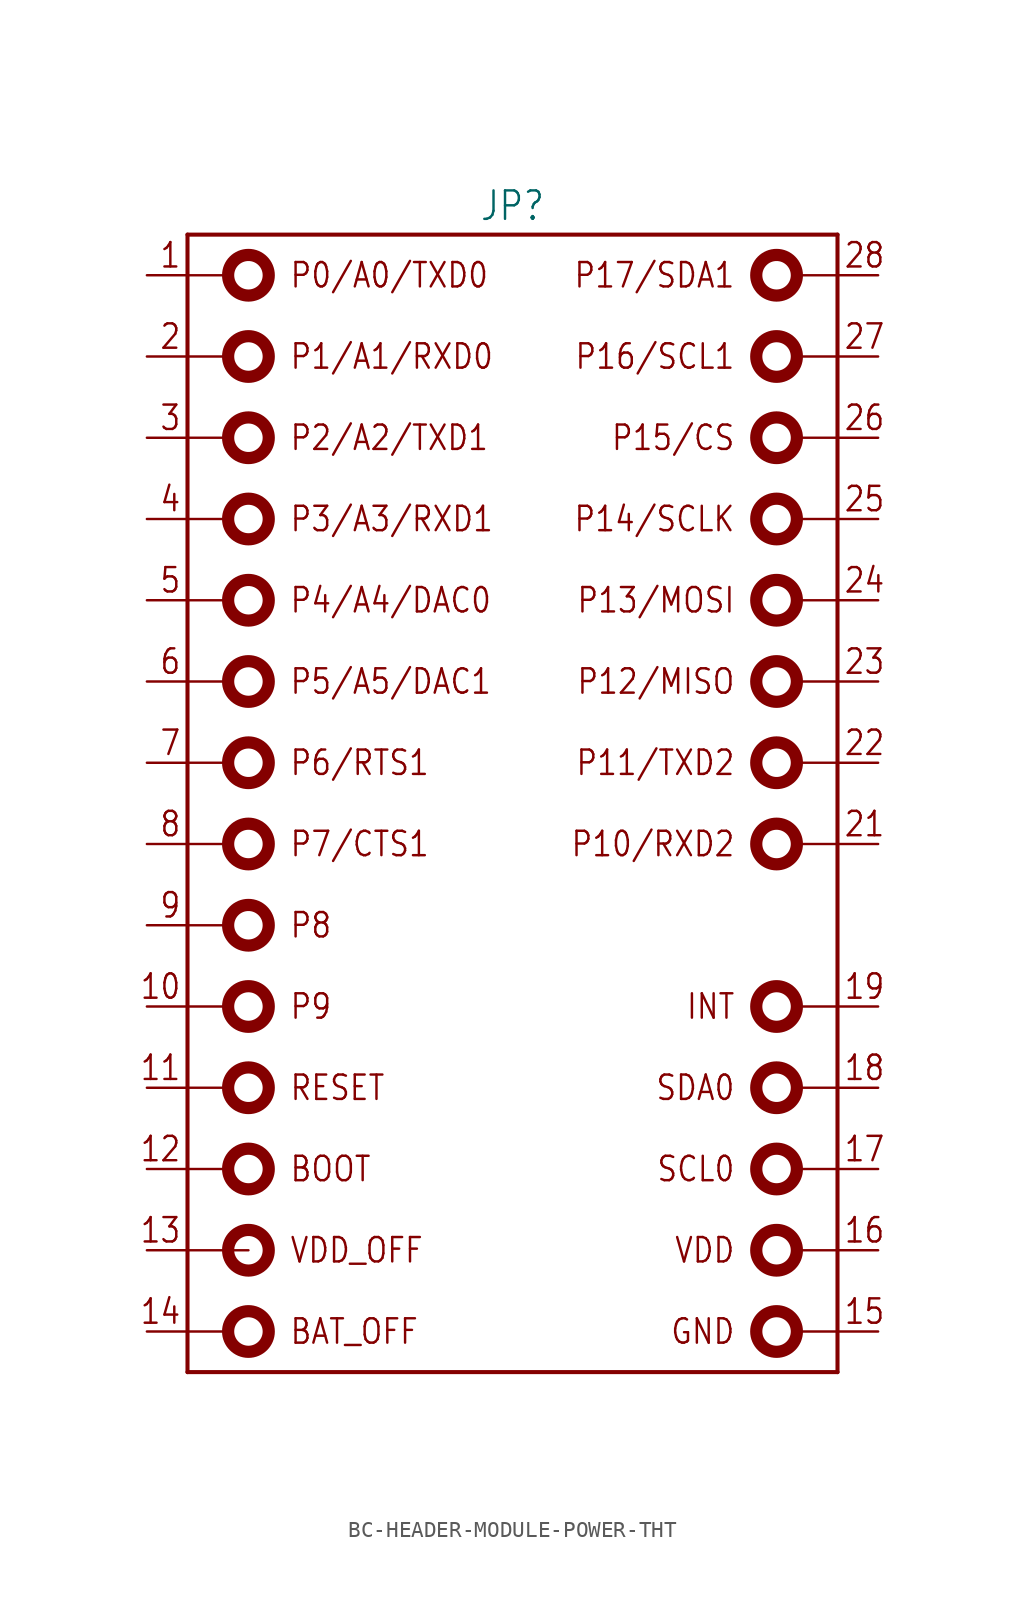
<source format=kicad_sym>
(kicad_symbol_lib
  (version 20231120)
  (generator "kicad_symbol_editor")
  (generator_version "8.0")
  (symbol "BC-HEADER-MODULE-POWER-THT"
    (property "Reference" "JP"
      (at 0 36.322 0)
      (effects (font (size 1.778 1.511)) (justify bottom)))
    (property "Value" ""
      (at 0 -36.322 0)
      (effects (font (size 1.778 1.511)) (justify top)))
    (property "ki_locked" ""
      (at 0 0 0)
      (effects (font (size 1.27 1.27))))
    (symbol "BC-HEADER-MODULE-POWER-THT_1_0"
      (circle (center -16.51 -33.02) (radius 1.27) (stroke (width 0.762) (type solid)) (fill (type none)))
      (circle (center -16.51 -27.94) (radius 1.27) (stroke (width 0.762) (type solid)) (fill (type none)))
      (circle (center -16.51 -22.86) (radius 1.27) (stroke (width 0.762) (type solid)) (fill (type none)))
      (circle (center -16.51 -17.78) (radius 1.27) (stroke (width 0.762) (type solid)) (fill (type none)))
      (circle (center -16.51 -12.7) (radius 1.27) (stroke (width 0.762) (type solid)) (fill (type none)))
      (circle (center -16.51 -7.62) (radius 1.27) (stroke (width 0.762) (type solid)) (fill (type none)))
      (circle (center -16.51 -2.54) (radius 1.27) (stroke (width 0.762) (type solid)) (fill (type none)))
      (circle (center -16.51 2.54) (radius 1.27) (stroke (width 0.762) (type solid)) (fill (type none)))
      (circle (center -16.51 7.62) (radius 1.27) (stroke (width 0.762) (type solid)) (fill (type none)))
      (circle (center -16.51 12.7) (radius 1.27) (stroke (width 0.762) (type solid)) (fill (type none)))
      (circle (center -16.51 17.78) (radius 1.27) (stroke (width 0.762) (type solid)) (fill (type none)))
      (circle (center -16.51 22.86) (radius 1.27) (stroke (width 0.762) (type solid)) (fill (type none)))
      (circle (center -16.51 27.94) (radius 1.27) (stroke (width 0.762) (type solid)) (fill (type none)))
      (circle (center -16.51 33.02) (radius 1.27) (stroke (width 0.762) (type solid)) (fill (type none)))
      (polyline (pts (xy -20.32 -33.02) (xy -17.78 -33.02)) (stroke (width 0.152) (type solid)) (fill (type none)))
      (polyline (pts (xy -20.32 -22.86) (xy -17.78 -22.86)) (stroke (width 0.152) (type solid)) (fill (type none)))
      (polyline (pts (xy -20.32 -17.78) (xy -17.78 -17.78)) (stroke (width 0.152) (type solid)) (fill (type none)))
      (polyline (pts (xy -20.32 -12.7) (xy -17.78 -12.7)) (stroke (width 0.152) (type solid)) (fill (type none)))
      (polyline (pts (xy -20.32 -7.62) (xy -17.78 -7.62)) (stroke (width 0.152) (type solid)) (fill (type none)))
      (polyline (pts (xy -20.32 -2.54) (xy -17.78 -2.54)) (stroke (width 0.152) (type solid)) (fill (type none)))
      (polyline (pts (xy -20.32 2.54) (xy -17.78 2.54)) (stroke (width 0.152) (type solid)) (fill (type none)))
      (polyline (pts (xy -20.32 7.62) (xy -17.78 7.62)) (stroke (width 0.152) (type solid)) (fill (type none)))
      (polyline (pts (xy -20.32 12.7) (xy -17.78 12.7)) (stroke (width 0.152) (type solid)) (fill (type none)))
      (polyline (pts (xy -20.32 17.78) (xy -17.78 17.78)) (stroke (width 0.152) (type solid)) (fill (type none)))
      (polyline (pts (xy -20.32 22.86) (xy -17.78 22.86)) (stroke (width 0.152) (type solid)) (fill (type none)))
      (polyline (pts (xy -20.32 27.94) (xy -17.78 27.94)) (stroke (width 0.152) (type solid)) (fill (type none)))
      (polyline (pts (xy -20.32 33.02) (xy -17.78 33.02)) (stroke (width 0.152) (type solid)) (fill (type none)))
      (polyline (pts (xy -20.32 35.56) (xy -20.32 -35.56)) (stroke (width 0.254) (type solid)) (fill (type none)))
      (polyline (pts (xy -20.32 35.56) (xy 20.32 35.56)) (stroke (width 0.254) (type solid)) (fill (type none)))
      (polyline (pts (xy -16.51 -27.94) (xy -20.32 -27.94)) (stroke (width 0.152) (type solid)) (fill (type none)))
      (polyline (pts (xy 20.32 -35.56) (xy -20.32 -35.56)) (stroke (width 0.254) (type solid)) (fill (type none)))
      (polyline (pts (xy 20.32 -33.02) (xy 17.78 -33.02)) (stroke (width 0.152) (type solid)) (fill (type none)))
      (polyline (pts (xy 20.32 -27.94) (xy 17.78 -27.94)) (stroke (width 0.152) (type solid)) (fill (type none)))
      (polyline (pts (xy 20.32 -22.86) (xy 17.78 -22.86)) (stroke (width 0.152) (type solid)) (fill (type none)))
      (polyline (pts (xy 20.32 -17.78) (xy 17.78 -17.78)) (stroke (width 0.152) (type solid)) (fill (type none)))
      (polyline (pts (xy 20.32 -12.7) (xy 17.78 -12.7)) (stroke (width 0.152) (type solid)) (fill (type none)))
      (polyline (pts (xy 20.32 -2.54) (xy 17.78 -2.54)) (stroke (width 0.152) (type solid)) (fill (type none)))
      (polyline (pts (xy 20.32 2.54) (xy 17.78 2.54)) (stroke (width 0.152) (type solid)) (fill (type none)))
      (polyline (pts (xy 20.32 7.62) (xy 17.78 7.62)) (stroke (width 0.152) (type solid)) (fill (type none)))
      (polyline (pts (xy 20.32 12.7) (xy 17.78 12.7)) (stroke (width 0.152) (type solid)) (fill (type none)))
      (polyline (pts (xy 20.32 17.78) (xy 17.78 17.78)) (stroke (width 0.152) (type solid)) (fill (type none)))
      (polyline (pts (xy 20.32 22.86) (xy 17.78 22.86)) (stroke (width 0.152) (type solid)) (fill (type none)))
      (polyline (pts (xy 20.32 27.94) (xy 17.78 27.94)) (stroke (width 0.152) (type solid)) (fill (type none)))
      (polyline (pts (xy 20.32 33.02) (xy 17.78 33.02)) (stroke (width 0.152) (type solid)) (fill (type none)))
      (polyline (pts (xy 20.32 35.56) (xy 20.32 -35.56)) (stroke (width 0.254) (type solid)) (fill (type none)))
      (circle (center 16.51 -33.02) (radius 1.27) (stroke (width 0.762) (type solid)) (fill (type none)))
      (circle (center 16.51 -27.94) (radius 1.27) (stroke (width 0.762) (type solid)) (fill (type none)))
      (circle (center 16.51 -22.86) (radius 1.27) (stroke (width 0.762) (type solid)) (fill (type none)))
      (circle (center 16.51 -17.78) (radius 1.27) (stroke (width 0.762) (type solid)) (fill (type none)))
      (circle (center 16.51 -12.7) (radius 1.27) (stroke (width 0.762) (type solid)) (fill (type none)))
      (circle (center 16.51 -2.54) (radius 1.27) (stroke (width 0.762) (type solid)) (fill (type none)))
      (circle (center 16.51 2.54) (radius 1.27) (stroke (width 0.762) (type solid)) (fill (type none)))
      (circle (center 16.51 7.62) (radius 1.27) (stroke (width 0.762) (type solid)) (fill (type none)))
      (circle (center 16.51 12.7) (radius 1.27) (stroke (width 0.762) (type solid)) (fill (type none)))
      (circle (center 16.51 17.78) (radius 1.27) (stroke (width 0.762) (type solid)) (fill (type none)))
      (circle (center 16.51 22.86) (radius 1.27) (stroke (width 0.762) (type solid)) (fill (type none)))
      (circle (center 16.51 27.94) (radius 1.27) (stroke (width 0.762) (type solid)) (fill (type none)))
      (circle (center 16.51 33.02) (radius 1.27) (stroke (width 0.762) (type solid)) (fill (type none)))
      (text "1" (at -20.676 33.376 0) (effects (font (size 1.524 1.295)) (justify right bottom)))
      (text "10" (at -20.676 -12.344 0) (effects (font (size 1.524 1.295)) (justify right bottom)))
      (text "11" (at -20.676 -17.424 0) (effects (font (size 1.524 1.295)) (justify right bottom)))
      (text "12" (at -20.676 -22.504 0) (effects (font (size 1.524 1.295)) (justify right bottom)))
      (text "13" (at -20.676 -27.584 0) (effects (font (size 1.524 1.295)) (justify right bottom)))
      (text "14" (at -20.676 -32.664 0) (effects (font (size 1.524 1.295)) (justify right bottom)))
      (text "15" (at 20.676 -32.664 0) (effects (font (size 1.524 1.295)) (justify left bottom)))
      (text "16" (at 20.676 -27.584 0) (effects (font (size 1.524 1.295)) (justify left bottom)))
      (text "17" (at 20.676 -22.504 0) (effects (font (size 1.524 1.295)) (justify left bottom)))
      (text "18" (at 20.676 -17.424 0) (effects (font (size 1.524 1.295)) (justify left bottom)))
      (text "19" (at 20.676 -12.344 0) (effects (font (size 1.524 1.295)) (justify left bottom)))
      (text "2" (at -20.676 28.296 0) (effects (font (size 1.524 1.295)) (justify right bottom)))
      (text "21" (at 20.676 -2.184 0) (effects (font (size 1.524 1.295)) (justify left bottom)))
      (text "22" (at 20.676 2.896 0) (effects (font (size 1.524 1.295)) (justify left bottom)))
      (text "23" (at 20.676 7.976 0) (effects (font (size 1.524 1.295)) (justify left bottom)))
      (text "24" (at 20.676 13.056 0) (effects (font (size 1.524 1.295)) (justify left bottom)))
      (text "25" (at 20.676 18.136 0) (effects (font (size 1.524 1.295)) (justify left bottom)))
      (text "26" (at 20.676 23.216 0) (effects (font (size 1.524 1.295)) (justify left bottom)))
      (text "27" (at 20.676 28.296 0) (effects (font (size 1.524 1.295)) (justify left bottom)))
      (text "28" (at 20.676 33.376 0) (effects (font (size 1.524 1.295)) (justify left bottom)))
      (text "3" (at -20.676 23.216 0) (effects (font (size 1.524 1.295)) (justify right bottom)))
      (text "4" (at -20.676 18.136 0) (effects (font (size 1.524 1.295)) (justify right bottom)))
      (text "5" (at -20.676 13.056 0) (effects (font (size 1.524 1.295)) (justify right bottom)))
      (text "6" (at -20.676 7.976 0) (effects (font (size 1.524 1.295)) (justify right bottom)))
      (text "7" (at -20.676 2.896 0) (effects (font (size 1.524 1.295)) (justify right bottom)))
      (text "8" (at -20.676 -2.184 0) (effects (font (size 1.524 1.295)) (justify right bottom)))
      (text "9" (at -20.676 -7.264 0) (effects (font (size 1.524 1.295)) (justify right bottom)))
      (text "BAT_OFF" (at -13.97 -33.02 0) (effects (font (size 1.524 1.295)) (justify left)))
      (text "BOOT" (at -13.97 -22.86 0) (effects (font (size 1.524 1.295)) (justify left)))
      (text "GND" (at 13.97 -33.02 0) (effects (font (size 1.524 1.295)) (justify right)))
      (text "INT" (at 13.97 -12.7 0) (effects (font (size 1.524 1.295)) (justify right)))
      (text "P0/A0/TXD0" (at -13.97 33.02 0) (effects (font (size 1.524 1.295)) (justify left)))
      (text "P1/A1/RXD0" (at -13.97 27.94 0) (effects (font (size 1.524 1.295)) (justify left)))
      (text "P10/RXD2" (at 13.97 -2.54 0) (effects (font (size 1.524 1.295)) (justify right)))
      (text "P11/TXD2" (at 13.97 2.54 0) (effects (font (size 1.524 1.295)) (justify right)))
      (text "P12/MISO" (at 13.97 7.62 0) (effects (font (size 1.524 1.295)) (justify right)))
      (text "P13/MOSI" (at 13.97 12.7 0) (effects (font (size 1.524 1.295)) (justify right)))
      (text "P14/SCLK" (at 13.97 17.78 0) (effects (font (size 1.524 1.295)) (justify right)))
      (text "P15/CS" (at 13.97 22.86 0) (effects (font (size 1.524 1.295)) (justify right)))
      (text "P16/SCL1" (at 13.97 27.94 0) (effects (font (size 1.524 1.295)) (justify right)))
      (text "P17/SDA1" (at 13.97 33.02 0) (effects (font (size 1.524 1.295)) (justify right)))
      (text "P2/A2/TXD1" (at -13.97 22.86 0) (effects (font (size 1.524 1.295)) (justify left)))
      (text "P3/A3/RXD1" (at -13.97 17.78 0) (effects (font (size 1.524 1.295)) (justify left)))
      (text "P4/A4/DAC0" (at -13.97 12.7 0) (effects (font (size 1.524 1.295)) (justify left)))
      (text "P5/A5/DAC1" (at -13.97 7.62 0) (effects (font (size 1.524 1.295)) (justify left)))
      (text "P6/RTS1" (at -13.97 2.54 0) (effects (font (size 1.524 1.295)) (justify left)))
      (text "P7/CTS1" (at -13.97 -2.54 0) (effects (font (size 1.524 1.295)) (justify left)))
      (text "P8" (at -13.97 -7.62 0) (effects (font (size 1.524 1.295)) (justify left)))
      (text "P9" (at -13.97 -12.7 0) (effects (font (size 1.524 1.295)) (justify left)))
      (text "RESET" (at -13.97 -17.78 0) (effects (font (size 1.524 1.295)) (justify left)))
      (text "SCL0" (at 13.97 -22.86 0) (effects (font (size 1.524 1.295)) (justify right)))
      (text "SDA0" (at 13.97 -17.78 0) (effects (font (size 1.524 1.295)) (justify right)))
      (text "VDD" (at 13.97 -27.94 0) (effects (font (size 1.524 1.295)) (justify right)))
      (text "VDD_OFF" (at -13.97 -27.94 0) (effects (font (size 1.524 1.295)) (justify left)))
      (pin passive line (at -22.86 33.02 0) (length 2.54) (name "P0/A0/TXD0" (effects (font (size 0 0)))) (number "1" (effects (font (size 0 0)))))
      (pin passive line (at -22.86 -12.7 0) (length 2.54) (name "P9" (effects (font (size 0 0)))) (number "10" (effects (font (size 0 0)))))
      (pin passive line (at -22.86 -17.78 0) (length 2.54) (name "RESET" (effects (font (size 0 0)))) (number "11" (effects (font (size 0 0)))))
      (pin passive line (at -22.86 -22.86 0) (length 2.54) (name "BOOT" (effects (font (size 0 0)))) (number "12" (effects (font (size 0 0)))))
      (pin passive line (at -22.86 -27.94 0) (length 2.54) (name "VDD_OFF" (effects (font (size 0 0)))) (number "13" (effects (font (size 0 0)))))
      (pin passive line (at -22.86 -33.02 0) (length 2.54) (name "BAT_OFF" (effects (font (size 0 0)))) (number "14" (effects (font (size 0 0)))))
      (pin passive line (at 22.86 -33.02 180) (length 2.54) (name "GND" (effects (font (size 0 0)))) (number "15" (effects (font (size 0 0)))))
      (pin passive line (at 22.86 -27.94 180) (length 2.54) (name "VDD" (effects (font (size 0 0)))) (number "16" (effects (font (size 0 0)))))
      (pin passive line (at 22.86 -22.86 180) (length 2.54) (name "SCL0" (effects (font (size 0 0)))) (number "17" (effects (font (size 0 0)))))
      (pin passive line (at 22.86 -17.78 180) (length 2.54) (name "SDA0" (effects (font (size 0 0)))) (number "18" (effects (font (size 0 0)))))
      (pin passive line (at 22.86 -12.7 180) (length 2.54) (name "INT" (effects (font (size 0 0)))) (number "19" (effects (font (size 0 0)))))
      (pin passive line (at -22.86 27.94 0) (length 2.54) (name "P1/A1/RXD0" (effects (font (size 0 0)))) (number "2" (effects (font (size 0 0)))))
      (pin passive line (at 22.86 -2.54 180) (length 2.54) (name "P10/RXD2" (effects (font (size 0 0)))) (number "21" (effects (font (size 0 0)))))
      (pin passive line (at 22.86 2.54 180) (length 2.54) (name "P11/TXD2" (effects (font (size 0 0)))) (number "22" (effects (font (size 0 0)))))
      (pin passive line (at 22.86 7.62 180) (length 2.54) (name "P12/MISO" (effects (font (size 0 0)))) (number "23" (effects (font (size 0 0)))))
      (pin passive line (at 22.86 12.7 180) (length 2.54) (name "P13/MOSI" (effects (font (size 0 0)))) (number "24" (effects (font (size 0 0)))))
      (pin passive line (at 22.86 17.78 180) (length 2.54) (name "P14/SCLK" (effects (font (size 0 0)))) (number "25" (effects (font (size 0 0)))))
      (pin passive line (at 22.86 22.86 180) (length 2.54) (name "P15/CS" (effects (font (size 0 0)))) (number "26" (effects (font (size 0 0)))))
      (pin passive line (at 22.86 27.94 180) (length 2.54) (name "P16/SCL1" (effects (font (size 0 0)))) (number "27" (effects (font (size 0 0)))))
      (pin passive line (at 22.86 33.02 180) (length 2.54) (name "P17/SDA1" (effects (font (size 0 0)))) (number "28" (effects (font (size 0 0)))))
      (pin passive line (at -22.86 22.86 0) (length 2.54) (name "P2/A2/TXD1" (effects (font (size 0 0)))) (number "3" (effects (font (size 0 0)))))
      (pin passive line (at -22.86 17.78 0) (length 2.54) (name "P3/A3/RXD1" (effects (font (size 0 0)))) (number "4" (effects (font (size 0 0)))))
      (pin passive line (at -22.86 12.7 0) (length 2.54) (name "P4/A4/DAC0" (effects (font (size 0 0)))) (number "5" (effects (font (size 0 0)))))
      (pin passive line (at -22.86 7.62 0) (length 2.54) (name "P5/A5/DAC1" (effects (font (size 0 0)))) (number "6" (effects (font (size 0 0)))))
      (pin passive line (at -22.86 2.54 0) (length 2.54) (name "P6/RTS1" (effects (font (size 0 0)))) (number "7" (effects (font (size 0 0)))))
      (pin passive line (at -22.86 -2.54 0) (length 2.54) (name "P7/CTS1" (effects (font (size 0 0)))) (number "8" (effects (font (size 0 0)))))
      (pin passive line (at -22.86 -7.62 0) (length 2.54) (name "P8" (effects (font (size 0 0)))) (number "9" (effects (font (size 0 0))))))))
</source>
